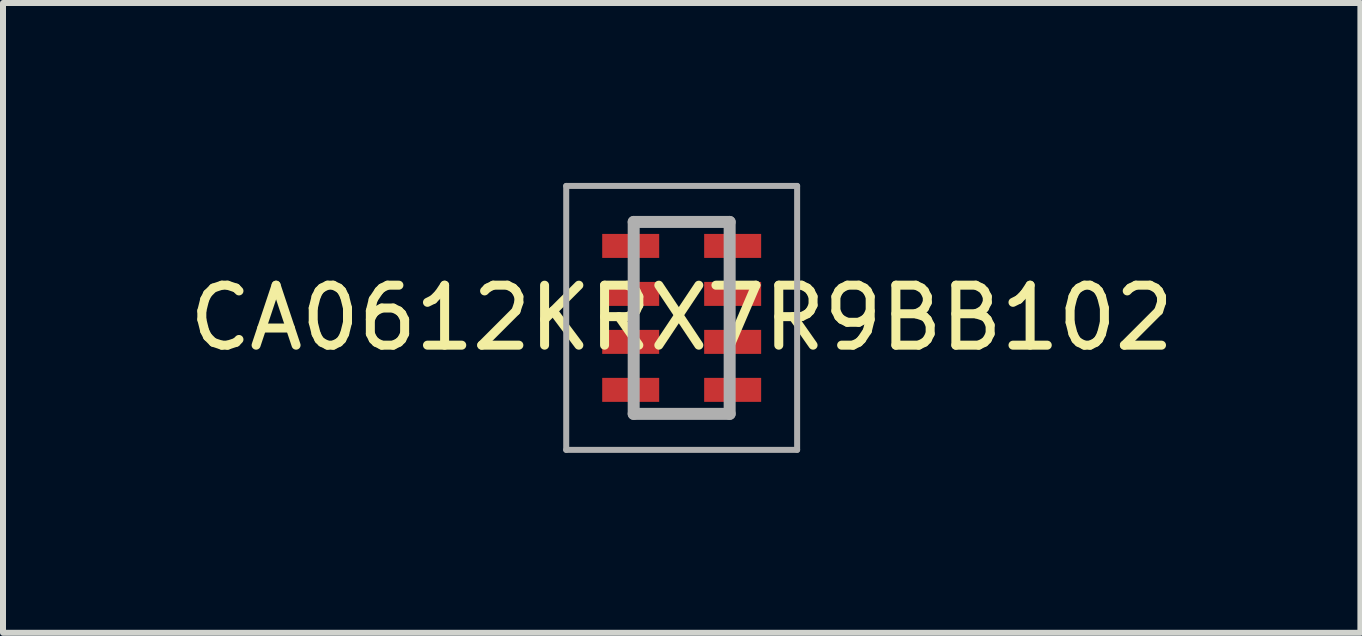
<source format=kicad_pcb>
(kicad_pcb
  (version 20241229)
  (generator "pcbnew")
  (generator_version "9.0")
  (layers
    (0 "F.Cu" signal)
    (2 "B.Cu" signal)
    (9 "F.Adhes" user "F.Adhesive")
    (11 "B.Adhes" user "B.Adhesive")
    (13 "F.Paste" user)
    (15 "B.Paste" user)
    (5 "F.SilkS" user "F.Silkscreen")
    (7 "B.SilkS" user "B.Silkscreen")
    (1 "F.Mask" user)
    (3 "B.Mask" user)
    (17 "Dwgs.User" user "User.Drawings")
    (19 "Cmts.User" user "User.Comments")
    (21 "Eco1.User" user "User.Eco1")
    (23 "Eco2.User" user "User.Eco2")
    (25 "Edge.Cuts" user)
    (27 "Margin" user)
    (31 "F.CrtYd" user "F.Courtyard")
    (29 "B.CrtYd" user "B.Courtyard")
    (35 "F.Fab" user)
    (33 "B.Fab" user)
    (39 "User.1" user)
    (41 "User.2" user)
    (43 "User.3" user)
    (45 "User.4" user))
  (footprint "CA0612KRX7R9BB102"
    (layer "F.Cu")
    (at 8.315 2.25)
    (property "Reference" "CA0612KRX7R9BB102" (at 0 0 0) (layer "F.SilkS") (effects (font (size 1 1) (thickness 0.15))))
    (attr smd)
    (fp_line (start -0.8 -1.6) (end 0.8 -1.6) (stroke (width 0.1) (type solid)) (layer "F.SilkS"))
    (fp_line (start -0.8 1.6) (end 0.8 1.6) (stroke (width 0.1) (type solid)) (layer "F.SilkS"))
    (fp_line (start -1.925 -2.2) (end 1.925 -2.2) (stroke (width 0.1) (type solid)) (layer "F.Fab"))
    (fp_line (start -1.925 2.2) (end -1.925 -2.2) (stroke (width 0.1) (type solid)) (layer "F.Fab"))
    (fp_line (start -0.8 -1.6) (end 0.8 -1.6) (stroke (width 0.2) (type solid)) (layer "F.Fab"))
    (fp_line (start -0.8 1.6) (end -0.8 -1.6) (stroke (width 0.2) (type solid)) (layer "F.Fab"))
    (fp_line (start 0.8 -1.6) (end 0.8 1.6) (stroke (width 0.2) (type solid)) (layer "F.Fab"))
    (fp_line (start 0.8 1.6) (end -0.8 1.6) (stroke (width 0.2) (type solid)) (layer "F.Fab"))
    (fp_line (start 1.925 -2.2) (end 1.925 2.2) (stroke (width 0.1) (type solid)) (layer "F.Fab"))
    (fp_line (start 1.925 2.2) (end -1.925 2.2) (stroke (width 0.1) (type solid)) (layer "F.Fab"))
    (pad "1" smd rect (at -0.85 -1.2) (size 0.95 0.4) (layers "F.Cu" "F.Mask" "F.Paste"))
    (pad "2" smd rect (at -0.85 -0.4) (size 0.95 0.4) (layers "F.Cu" "F.Mask" "F.Paste"))
    (pad "3" smd rect (at -0.85 0.4) (size 0.95 0.4) (layers "F.Cu" "F.Mask" "F.Paste"))
    (pad "4" smd rect (at -0.85 1.2) (size 0.95 0.4) (layers "F.Cu" "F.Mask" "F.Paste"))
    (pad "5" smd rect (at 0.85 1.2) (size 0.95 0.4) (layers "F.Cu" "F.Mask" "F.Paste"))
    (pad "6" smd rect (at 0.85 0.4) (size 0.95 0.4) (layers "F.Cu" "F.Mask" "F.Paste"))
    (pad "7" smd rect (at 0.85 -0.4) (size 0.95 0.4) (layers "F.Cu" "F.Mask" "F.Paste"))
    (pad "8" smd rect (at 0.85 -1.2) (size 0.95 0.4) (layers "F.Cu" "F.Mask" "F.Paste")))
  (gr_rect
    (start -3 -3)
    (end 19.631 7.5)
    (stroke (width 0.1) (type default))
    (fill no)
    (layer "Edge.Cuts")))
</source>
